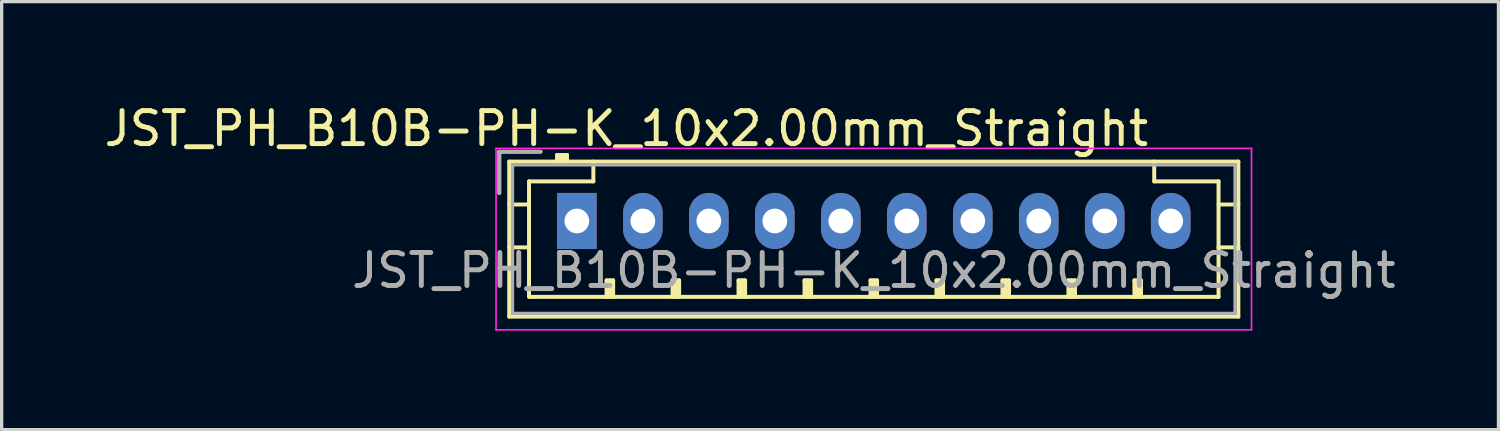
<source format=kicad_pcb>
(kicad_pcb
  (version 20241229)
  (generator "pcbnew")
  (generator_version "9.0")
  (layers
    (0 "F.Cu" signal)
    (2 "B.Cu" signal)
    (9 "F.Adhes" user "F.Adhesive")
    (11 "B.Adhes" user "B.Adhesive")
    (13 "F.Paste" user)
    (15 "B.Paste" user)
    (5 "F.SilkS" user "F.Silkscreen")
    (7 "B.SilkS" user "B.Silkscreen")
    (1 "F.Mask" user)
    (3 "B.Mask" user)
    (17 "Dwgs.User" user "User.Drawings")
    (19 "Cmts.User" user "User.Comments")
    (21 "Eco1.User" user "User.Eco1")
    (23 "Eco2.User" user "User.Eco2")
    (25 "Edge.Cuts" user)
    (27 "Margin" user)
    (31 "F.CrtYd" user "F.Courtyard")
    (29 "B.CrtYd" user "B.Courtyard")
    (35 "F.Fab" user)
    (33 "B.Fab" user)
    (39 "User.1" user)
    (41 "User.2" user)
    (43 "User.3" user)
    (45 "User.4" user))
  (footprint "JST_PH_B10B-PH-K_10x2.00mm_Straight"
    (layer "F.Cu")
    (at 14.435 3.648)
    (property "Reference" "JST_PH_B10B-PH-K_10x2.00mm_Straight" (at 1.5 -2.8 0) (layer "F.SilkS") (effects (font (size 1 1) (thickness 0.15))))
    (attr through_hole)
    (fp_line (start -2.35 -2.1) (end -2.35 -0.85) (stroke (width 0.12) (type solid)) (layer "F.SilkS"))
    (fp_line (start -2.05 -1.8) (end -2.05 2.9) (stroke (width 0.12) (type solid)) (layer "F.SilkS"))
    (fp_line (start -2.05 -0.5) (end -1.45 -0.5) (stroke (width 0.12) (type solid)) (layer "F.SilkS"))
    (fp_line (start -2.05 0.8) (end -1.45 0.8) (stroke (width 0.12) (type solid)) (layer "F.SilkS"))
    (fp_line (start -2.05 2.9) (end 20.05 2.9) (stroke (width 0.12) (type solid)) (layer "F.SilkS"))
    (fp_line (start -1.45 -1.2) (end -1.45 2.3) (stroke (width 0.12) (type solid)) (layer "F.SilkS"))
    (fp_line (start -1.45 2.3) (end 19.45 2.3) (stroke (width 0.12) (type solid)) (layer "F.SilkS"))
    (fp_line (start -1.1 -2.1) (end -2.35 -2.1) (stroke (width 0.12) (type solid)) (layer "F.SilkS"))
    (fp_line (start -0.6 -2) (end -0.6 -1.8) (stroke (width 0.12) (type solid)) (layer "F.SilkS"))
    (fp_line (start -0.3 -2) (end -0.6 -2) (stroke (width 0.12) (type solid)) (layer "F.SilkS"))
    (fp_line (start -0.3 -1.9) (end -0.6 -1.9) (stroke (width 0.12) (type solid)) (layer "F.SilkS"))
    (fp_line (start -0.3 -1.8) (end -0.3 -2) (stroke (width 0.12) (type solid)) (layer "F.SilkS"))
    (fp_line (start 0.5 -1.8) (end 0.5 -1.2) (stroke (width 0.12) (type solid)) (layer "F.SilkS"))
    (fp_line (start 0.5 -1.2) (end -1.45 -1.2) (stroke (width 0.12) (type solid)) (layer "F.SilkS"))
    (fp_line (start 0.9 1.8) (end 1.1 1.8) (stroke (width 0.12) (type solid)) (layer "F.SilkS"))
    (fp_line (start 0.9 2.3) (end 0.9 1.8) (stroke (width 0.12) (type solid)) (layer "F.SilkS"))
    (fp_line (start 1 2.3) (end 1 1.8) (stroke (width 0.12) (type solid)) (layer "F.SilkS"))
    (fp_line (start 1.1 1.8) (end 1.1 2.3) (stroke (width 0.12) (type solid)) (layer "F.SilkS"))
    (fp_line (start 2.9 1.8) (end 3.1 1.8) (stroke (width 0.12) (type solid)) (layer "F.SilkS"))
    (fp_line (start 2.9 2.3) (end 2.9 1.8) (stroke (width 0.12) (type solid)) (layer "F.SilkS"))
    (fp_line (start 3 2.3) (end 3 1.8) (stroke (width 0.12) (type solid)) (layer "F.SilkS"))
    (fp_line (start 3.1 1.8) (end 3.1 2.3) (stroke (width 0.12) (type solid)) (layer "F.SilkS"))
    (fp_line (start 4.9 1.8) (end 5.1 1.8) (stroke (width 0.12) (type solid)) (layer "F.SilkS"))
    (fp_line (start 4.9 2.3) (end 4.9 1.8) (stroke (width 0.12) (type solid)) (layer "F.SilkS"))
    (fp_line (start 5 2.3) (end 5 1.8) (stroke (width 0.12) (type solid)) (layer "F.SilkS"))
    (fp_line (start 5.1 1.8) (end 5.1 2.3) (stroke (width 0.12) (type solid)) (layer "F.SilkS"))
    (fp_line (start 6.9 1.8) (end 7.1 1.8) (stroke (width 0.12) (type solid)) (layer "F.SilkS"))
    (fp_line (start 6.9 2.3) (end 6.9 1.8) (stroke (width 0.12) (type solid)) (layer "F.SilkS"))
    (fp_line (start 7 2.3) (end 7 1.8) (stroke (width 0.12) (type solid)) (layer "F.SilkS"))
    (fp_line (start 7.1 1.8) (end 7.1 2.3) (stroke (width 0.12) (type solid)) (layer "F.SilkS"))
    (fp_line (start 8.9 1.8) (end 9.1 1.8) (stroke (width 0.12) (type solid)) (layer "F.SilkS"))
    (fp_line (start 8.9 2.3) (end 8.9 1.8) (stroke (width 0.12) (type solid)) (layer "F.SilkS"))
    (fp_line (start 9 2.3) (end 9 1.8) (stroke (width 0.12) (type solid)) (layer "F.SilkS"))
    (fp_line (start 9.1 1.8) (end 9.1 2.3) (stroke (width 0.12) (type solid)) (layer "F.SilkS"))
    (fp_line (start 10.9 1.8) (end 11.1 1.8) (stroke (width 0.12) (type solid)) (layer "F.SilkS"))
    (fp_line (start 10.9 2.3) (end 10.9 1.8) (stroke (width 0.12) (type solid)) (layer "F.SilkS"))
    (fp_line (start 11 2.3) (end 11 1.8) (stroke (width 0.12) (type solid)) (layer "F.SilkS"))
    (fp_line (start 11.1 1.8) (end 11.1 2.3) (stroke (width 0.12) (type solid)) (layer "F.SilkS"))
    (fp_line (start 12.9 1.8) (end 13.1 1.8) (stroke (width 0.12) (type solid)) (layer "F.SilkS"))
    (fp_line (start 12.9 2.3) (end 12.9 1.8) (stroke (width 0.12) (type solid)) (layer "F.SilkS"))
    (fp_line (start 13 2.3) (end 13 1.8) (stroke (width 0.12) (type solid)) (layer "F.SilkS"))
    (fp_line (start 13.1 1.8) (end 13.1 2.3) (stroke (width 0.12) (type solid)) (layer "F.SilkS"))
    (fp_line (start 14.9 1.8) (end 15.1 1.8) (stroke (width 0.12) (type solid)) (layer "F.SilkS"))
    (fp_line (start 14.9 2.3) (end 14.9 1.8) (stroke (width 0.12) (type solid)) (layer "F.SilkS"))
    (fp_line (start 15 2.3) (end 15 1.8) (stroke (width 0.12) (type solid)) (layer "F.SilkS"))
    (fp_line (start 15.1 1.8) (end 15.1 2.3) (stroke (width 0.12) (type solid)) (layer "F.SilkS"))
    (fp_line (start 16.9 1.8) (end 17.1 1.8) (stroke (width 0.12) (type solid)) (layer "F.SilkS"))
    (fp_line (start 16.9 2.3) (end 16.9 1.8) (stroke (width 0.12) (type solid)) (layer "F.SilkS"))
    (fp_line (start 17 2.3) (end 17 1.8) (stroke (width 0.12) (type solid)) (layer "F.SilkS"))
    (fp_line (start 17.1 1.8) (end 17.1 2.3) (stroke (width 0.12) (type solid)) (layer "F.SilkS"))
    (fp_line (start 17.5 -1.2) (end 17.5 -1.8) (stroke (width 0.12) (type solid)) (layer "F.SilkS"))
    (fp_line (start 19.45 -1.2) (end 17.5 -1.2) (stroke (width 0.12) (type solid)) (layer "F.SilkS"))
    (fp_line (start 19.45 2.3) (end 19.45 -1.2) (stroke (width 0.12) (type solid)) (layer "F.SilkS"))
    (fp_line (start 20.05 -1.8) (end -2.05 -1.8) (stroke (width 0.12) (type solid)) (layer "F.SilkS"))
    (fp_line (start 20.05 -0.5) (end 19.45 -0.5) (stroke (width 0.12) (type solid)) (layer "F.SilkS"))
    (fp_line (start 20.05 0.8) (end 19.45 0.8) (stroke (width 0.12) (type solid)) (layer "F.SilkS"))
    (fp_line (start 20.05 2.9) (end 20.05 -1.8) (stroke (width 0.12) (type solid)) (layer "F.SilkS"))
    (fp_line (start -2.45 -2.2) (end -2.45 3.3) (stroke (width 0.05) (type solid)) (layer "F.CrtYd"))
    (fp_line (start -2.45 3.3) (end 20.45 3.3) (stroke (width 0.05) (type solid)) (layer "F.CrtYd"))
    (fp_line (start 20.45 -2.2) (end -2.45 -2.2) (stroke (width 0.05) (type solid)) (layer "F.CrtYd"))
    (fp_line (start 20.45 3.3) (end 20.45 -2.2) (stroke (width 0.05) (type solid)) (layer "F.CrtYd"))
    (fp_line (start -2.35 -2.1) (end -2.35 -0.85) (stroke (width 0.1) (type solid)) (layer "F.Fab"))
    (fp_line (start -1.95 -1.7) (end -1.95 2.8) (stroke (width 0.1) (type solid)) (layer "F.Fab"))
    (fp_line (start -1.95 2.8) (end 19.95 2.8) (stroke (width 0.1) (type solid)) (layer "F.Fab"))
    (fp_line (start -1.1 -2.1) (end -2.35 -2.1) (stroke (width 0.1) (type solid)) (layer "F.Fab"))
    (fp_line (start 19.95 -1.7) (end -1.95 -1.7) (stroke (width 0.1) (type solid)) (layer "F.Fab"))
    (fp_line (start 19.95 2.8) (end 19.95 -1.7) (stroke (width 0.1) (type solid)) (layer "F.Fab"))
    (fp_text user "${REFERENCE}" (at 9 1.5 0) (layer "F.Fab") (effects (font (size 1 1) (thickness 0.15))))
    (pad "1" thru_hole rect (at 0 0) (size 1.2 1.7) (drill 0.75) (layers "*.Cu" "*.Mask"))
    (pad "2" thru_hole oval (at 2 0) (size 1.2 1.7) (drill 0.75) (layers "*.Cu" "*.Mask"))
    (pad "3" thru_hole oval (at 4 0) (size 1.2 1.7) (drill 0.75) (layers "*.Cu" "*.Mask"))
    (pad "4" thru_hole oval (at 6 0) (size 1.2 1.7) (drill 0.75) (layers "*.Cu" "*.Mask"))
    (pad "5" thru_hole oval (at 8 0) (size 1.2 1.7) (drill 0.75) (layers "*.Cu" "*.Mask"))
    (pad "6" thru_hole oval (at 10 0) (size 1.2 1.7) (drill 0.75) (layers "*.Cu" "*.Mask"))
    (pad "7" thru_hole oval (at 12 0) (size 1.2 1.7) (drill 0.75) (layers "*.Cu" "*.Mask"))
    (pad "8" thru_hole oval (at 14 0) (size 1.2 1.7) (drill 0.75) (layers "*.Cu" "*.Mask"))
    (pad "9" thru_hole oval (at 16 0) (size 1.2 1.7) (drill 0.75) (layers "*.Cu" "*.Mask"))
    (pad "10" thru_hole oval (at 18 0) (size 1.2 1.7) (drill 0.75) (layers "*.Cu" "*.Mask")))
  (gr_rect
    (start -3 -3)
    (end 42.369 9.973)
    (stroke (width 0.1) (type default))
    (fill no)
    (layer "Edge.Cuts")))
</source>
